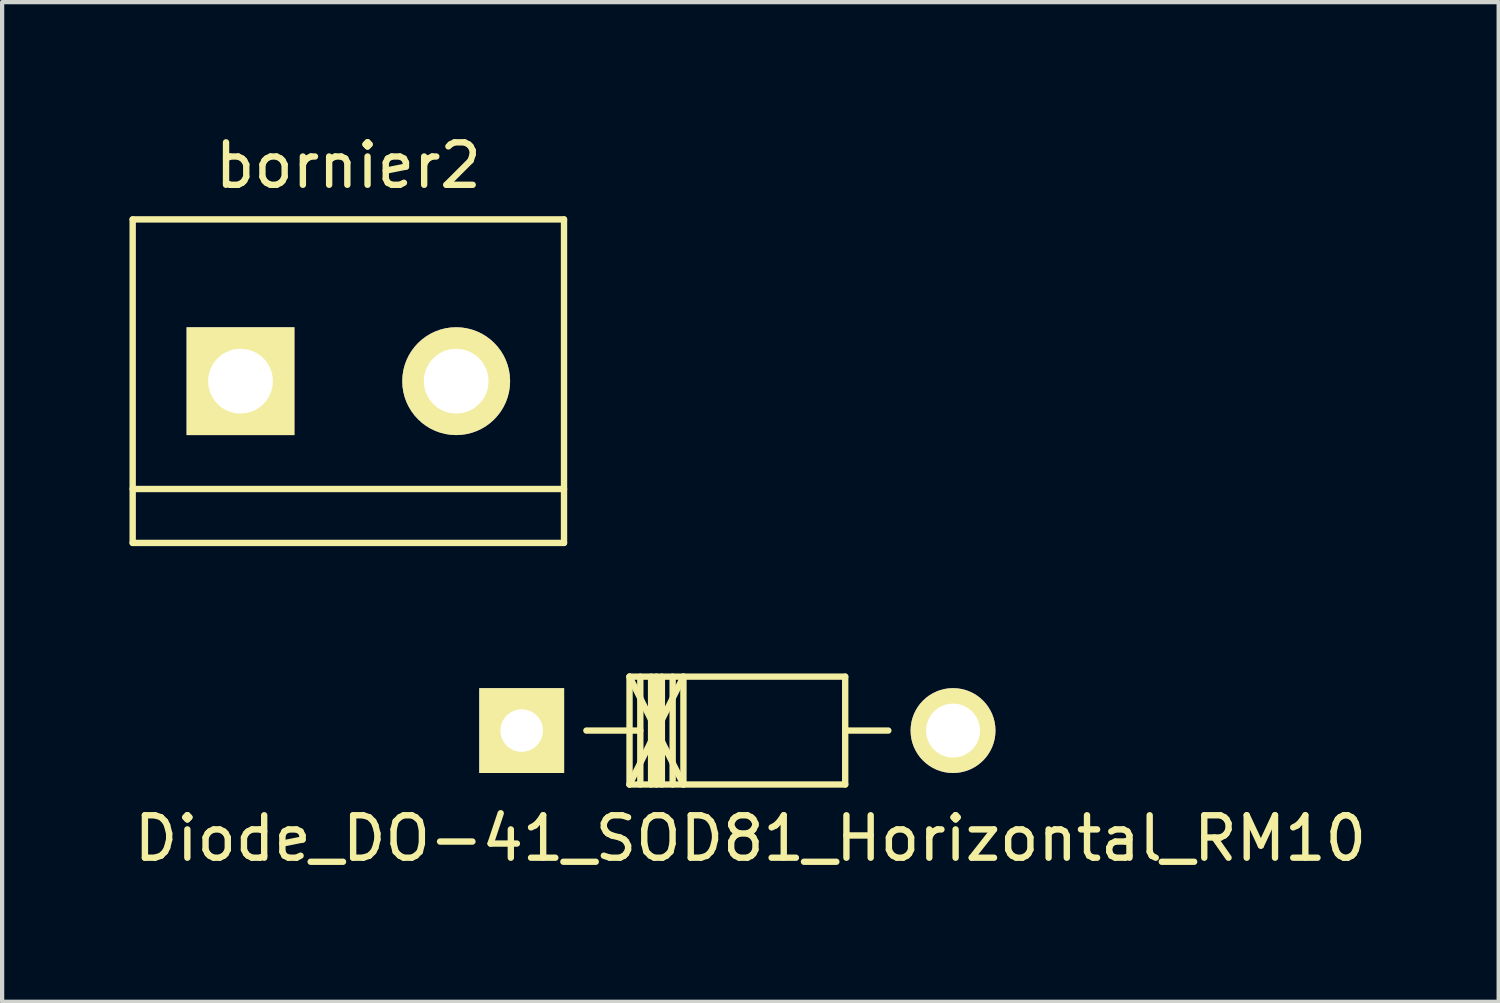
<source format=kicad_pcb>
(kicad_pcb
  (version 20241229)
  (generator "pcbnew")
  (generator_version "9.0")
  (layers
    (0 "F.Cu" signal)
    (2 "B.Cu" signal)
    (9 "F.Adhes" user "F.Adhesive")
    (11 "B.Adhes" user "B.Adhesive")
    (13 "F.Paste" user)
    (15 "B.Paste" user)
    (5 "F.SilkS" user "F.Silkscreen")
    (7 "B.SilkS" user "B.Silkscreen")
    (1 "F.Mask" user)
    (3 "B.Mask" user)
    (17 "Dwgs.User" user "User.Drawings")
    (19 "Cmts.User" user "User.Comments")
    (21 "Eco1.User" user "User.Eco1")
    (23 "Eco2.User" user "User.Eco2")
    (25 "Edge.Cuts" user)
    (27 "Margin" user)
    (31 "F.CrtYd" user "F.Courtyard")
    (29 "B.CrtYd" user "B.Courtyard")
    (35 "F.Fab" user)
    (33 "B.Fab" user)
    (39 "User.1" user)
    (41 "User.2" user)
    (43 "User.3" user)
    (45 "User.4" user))
  (footprint "bornier2"
    (layer "F.Cu")
    (at 5.155 5.928)
    (property "Reference" "bornier2" (at 0 -5.08 0) (layer "F.SilkS") (effects (font (size 1 1) (thickness 0.15))))
    (attr through_hole)
    (fp_line (start -5.08 -3.81) (end -5.08 3.81) (stroke (width 0.15) (type solid)) (layer "F.SilkS"))
    (fp_line (start -5.08 3.81) (end 5.08 3.81) (stroke (width 0.15) (type solid)) (layer "F.SilkS"))
    (fp_line (start 5.08 -3.81) (end -5.08 -3.81) (stroke (width 0.15) (type solid)) (layer "F.SilkS"))
    (fp_line (start 5.08 2.54) (end -5.08 2.54) (stroke (width 0.15) (type solid)) (layer "F.SilkS"))
    (fp_line (start 5.08 3.81) (end 5.08 -3.81) (stroke (width 0.15) (type solid)) (layer "F.SilkS"))
    (pad "1" thru_hole rect (at -2.54 0) (size 2.54 2.54) (drill 1.524) (layers "*.Cu" "*.Mask" "F.SilkS"))
    (pad "2" thru_hole circle (at 2.54 0) (size 2.54 2.54) (drill 1.524) (layers "*.Cu" "*.Mask" "F.SilkS")))
  (footprint "Diode_DO-41_SOD81_Horizontal_RM10"
    (layer "F.Cu")
    (at 9.238 14.161)
    (property "Reference" "Diode_DO-41_SOD81_Horizontal_RM10" (at 5.387 2.537 0) (layer "F.SilkS") (effects (font (size 1 1) (thickness 0.15))))
    (attr through_hole)
    (fp_line (start 2.54 -1.273) (end 3.81 1.267) (stroke (width 0.15) (type solid)) (layer "F.SilkS"))
    (fp_line (start 2.54 -1.273) (end 7.62 -1.273) (stroke (width 0.15) (type solid)) (layer "F.SilkS"))
    (fp_line (start 2.54 1.267) (end 2.54 -1.273) (stroke (width 0.15) (type solid)) (layer "F.SilkS"))
    (fp_line (start 2.794 -1.273) (end 2.794 1.267) (stroke (width 0.15) (type solid)) (layer "F.SilkS"))
    (fp_line (start 2.794 -0.003) (end 1.524 -0.003) (stroke (width 0.15) (type solid)) (layer "F.SilkS"))
    (fp_line (start 3.048 -1.273) (end 3.048 1.267) (stroke (width 0.15) (type solid)) (layer "F.SilkS"))
    (fp_line (start 3.175 -1.273) (end 3.175 1.267) (stroke (width 0.15) (type solid)) (layer "F.SilkS"))
    (fp_line (start 3.302 -1.273) (end 3.302 1.267) (stroke (width 0.15) (type solid)) (layer "F.SilkS"))
    (fp_line (start 3.556 -1.273) (end 3.556 1.267) (stroke (width 0.15) (type solid)) (layer "F.SilkS"))
    (fp_line (start 3.81 -1.273) (end 2.54 1.267) (stroke (width 0.15) (type solid)) (layer "F.SilkS"))
    (fp_line (start 3.81 -1.273) (end 3.81 1.267) (stroke (width 0.15) (type solid)) (layer "F.SilkS"))
    (fp_line (start 7.62 -1.273) (end 7.62 1.267) (stroke (width 0.15) (type solid)) (layer "F.SilkS"))
    (fp_line (start 7.62 -0.003) (end 8.636 -0.003) (stroke (width 0.15) (type solid)) (layer "F.SilkS"))
    (fp_line (start 7.62 1.267) (end 2.54 1.267) (stroke (width 0.15) (type solid)) (layer "F.SilkS"))
    (pad "1" thru_hole rect (at 0 -0.003 180) (size 1.999 1.999) (drill 1.001) (layers "*.Cu" "*.Mask" "F.SilkS"))
    (pad "2" thru_hole circle (at 10.16 -0.003 180) (size 1.999 1.999) (drill 1.27) (layers "*.Cu" "*.Mask" "F.SilkS")))
  (gr_rect
    (start -3 -3)
    (end 32.25 20.547)
    (stroke (width 0.1) (type default))
    (fill no)
    (layer "Edge.Cuts")))
</source>
